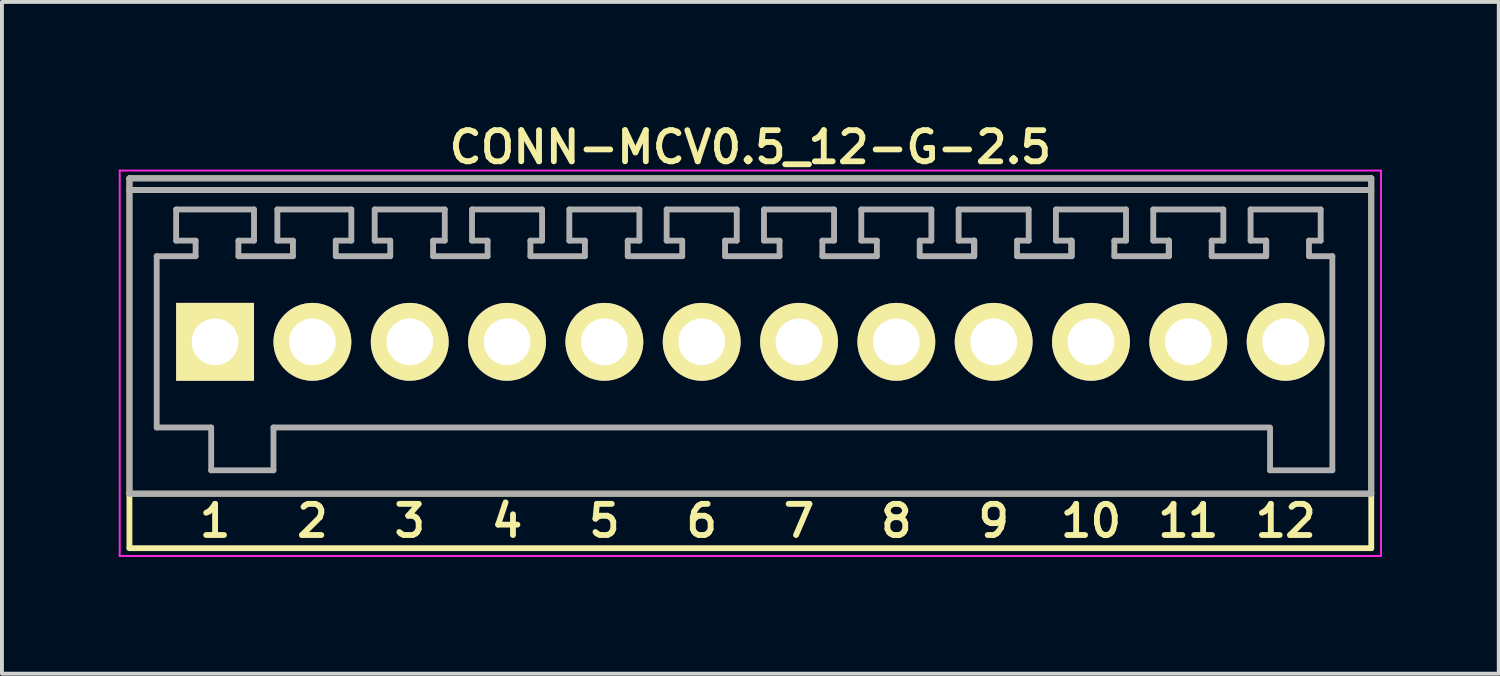
<source format=kicad_pcb>
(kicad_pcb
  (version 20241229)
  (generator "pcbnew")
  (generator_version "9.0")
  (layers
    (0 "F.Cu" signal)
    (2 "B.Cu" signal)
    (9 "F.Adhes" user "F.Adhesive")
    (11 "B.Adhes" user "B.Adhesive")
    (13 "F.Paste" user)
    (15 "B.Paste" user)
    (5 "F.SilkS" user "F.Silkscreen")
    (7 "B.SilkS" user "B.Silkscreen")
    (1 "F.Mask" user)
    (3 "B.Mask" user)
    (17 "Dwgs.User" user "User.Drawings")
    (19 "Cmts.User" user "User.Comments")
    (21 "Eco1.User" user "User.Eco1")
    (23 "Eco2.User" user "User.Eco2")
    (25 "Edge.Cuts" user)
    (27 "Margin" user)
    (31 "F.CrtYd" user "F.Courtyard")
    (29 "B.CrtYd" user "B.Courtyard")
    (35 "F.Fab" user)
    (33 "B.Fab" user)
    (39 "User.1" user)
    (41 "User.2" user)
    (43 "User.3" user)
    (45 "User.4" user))
  (footprint "CONN-MCV0.5_12-G-2.5"
    (layer "F.Cu")
    (at 16.225 5.731)
    (property "Reference" "CONN-MCV0.5_12-G-2.5" (at 0 -5 0) (layer "F.SilkS") (effects (font (size 0.8 0.8) (thickness 0.15))))
    (attr through_hole)
    (fp_line (start -15.95 -4.2) (end -15.95 3.9) (stroke (width 0.15) (type solid)) (layer "F.SilkS"))
    (fp_line (start -15.95 -3.9) (end 15.95 -3.9) (stroke (width 0.15) (type solid)) (layer "F.SilkS"))
    (fp_line (start -15.95 3.9) (end -15.95 5.3) (stroke (width 0.15) (type solid)) (layer "F.SilkS"))
    (fp_line (start -15.95 3.9) (end 15.95 3.9) (stroke (width 0.15) (type solid)) (layer "F.SilkS"))
    (fp_line (start -15.95 5.3) (end 15.95 5.3) (stroke (width 0.15) (type solid)) (layer "F.SilkS"))
    (fp_line (start 15.95 -4.2) (end -15.95 -4.2) (stroke (width 0.15) (type solid)) (layer "F.SilkS"))
    (fp_line (start 15.95 3.9) (end 15.95 -4.2) (stroke (width 0.15) (type solid)) (layer "F.SilkS"))
    (fp_line (start 15.95 5.3) (end 15.95 3.9) (stroke (width 0.15) (type solid)) (layer "F.SilkS"))
    (fp_line (start -16.2 -4.4) (end 16.2 -4.4) (stroke (width 0.05) (type solid)) (layer "F.CrtYd"))
    (fp_line (start -16.2 5.5) (end -16.2 -4.4) (stroke (width 0.05) (type solid)) (layer "F.CrtYd"))
    (fp_line (start 16.2 -4.4) (end 16.2 5.5) (stroke (width 0.05) (type solid)) (layer "F.CrtYd"))
    (fp_line (start 16.2 5.5) (end -16.2 5.5) (stroke (width 0.05) (type solid)) (layer "F.CrtYd"))
    (fp_line (start -15.95 -4.2) (end -15.95 3.9) (stroke (width 0.15) (type solid)) (layer "F.Fab"))
    (fp_line (start -15.95 -3.9) (end 15.95 -3.9) (stroke (width 0.15) (type solid)) (layer "F.Fab"))
    (fp_line (start -15.95 3.9) (end 15.95 3.9) (stroke (width 0.15) (type solid)) (layer "F.Fab"))
    (fp_line (start -15.25 -2.2) (end -14.25 -2.2) (stroke (width 0.15) (type solid)) (layer "F.Fab"))
    (fp_line (start -15.25 2.2) (end -15.25 -2.2) (stroke (width 0.15) (type solid)) (layer "F.Fab"))
    (fp_line (start -14.75 -3.4) (end -12.75 -3.4) (stroke (width 0.15) (type solid)) (layer "F.Fab"))
    (fp_line (start -14.75 -2.6) (end -14.75 -3.4) (stroke (width 0.15) (type solid)) (layer "F.Fab"))
    (fp_line (start -14.25 -2.6) (end -14.75 -2.6) (stroke (width 0.15) (type solid)) (layer "F.Fab"))
    (fp_line (start -14.25 -2.2) (end -14.25 -2.6) (stroke (width 0.15) (type solid)) (layer "F.Fab"))
    (fp_line (start -13.85 2.2) (end -15.25 2.2) (stroke (width 0.15) (type solid)) (layer "F.Fab"))
    (fp_line (start -13.85 3.3) (end -13.85 2.2) (stroke (width 0.15) (type solid)) (layer "F.Fab"))
    (fp_line (start -13.15 -2.6) (end -13.15 -2.2) (stroke (width 0.15) (type solid)) (layer "F.Fab"))
    (fp_line (start -13.15 -2.2) (end -11.75 -2.2) (stroke (width 0.15) (type solid)) (layer "F.Fab"))
    (fp_line (start -12.75 -3.4) (end -12.75 -2.6) (stroke (width 0.15) (type solid)) (layer "F.Fab"))
    (fp_line (start -12.75 -2.6) (end -13.15 -2.6) (stroke (width 0.15) (type solid)) (layer "F.Fab"))
    (fp_line (start -12.25 2.2) (end -12.25 3.3) (stroke (width 0.15) (type solid)) (layer "F.Fab"))
    (fp_line (start -12.25 2.2) (end 13.3 2.2) (stroke (width 0.15) (type solid)) (layer "F.Fab"))
    (fp_line (start -12.25 3.3) (end -13.85 3.3) (stroke (width 0.15) (type solid)) (layer "F.Fab"))
    (fp_line (start -12.15 -3.4) (end -10.25 -3.4) (stroke (width 0.15) (type solid)) (layer "F.Fab"))
    (fp_line (start -12.15 -2.6) (end -12.15 -3.4) (stroke (width 0.15) (type solid)) (layer "F.Fab"))
    (fp_line (start -11.75 -2.6) (end -12.15 -2.6) (stroke (width 0.15) (type solid)) (layer "F.Fab"))
    (fp_line (start -11.75 -2.2) (end -11.75 -2.6) (stroke (width 0.15) (type solid)) (layer "F.Fab"))
    (fp_line (start -10.65 -2.6) (end -10.65 -2.2) (stroke (width 0.15) (type solid)) (layer "F.Fab"))
    (fp_line (start -10.65 -2.2) (end -9.25 -2.2) (stroke (width 0.15) (type solid)) (layer "F.Fab"))
    (fp_line (start -10.25 -3.4) (end -10.25 -2.6) (stroke (width 0.15) (type solid)) (layer "F.Fab"))
    (fp_line (start -10.25 -2.6) (end -10.65 -2.6) (stroke (width 0.15) (type solid)) (layer "F.Fab"))
    (fp_line (start -9.65 -3.4) (end -7.85 -3.4) (stroke (width 0.15) (type solid)) (layer "F.Fab"))
    (fp_line (start -9.65 -2.6) (end -9.65 -3.4) (stroke (width 0.15) (type solid)) (layer "F.Fab"))
    (fp_line (start -9.25 -2.6) (end -9.65 -2.6) (stroke (width 0.15) (type solid)) (layer "F.Fab"))
    (fp_line (start -9.25 -2.2) (end -9.25 -2.6) (stroke (width 0.15) (type solid)) (layer "F.Fab"))
    (fp_line (start -8.15 -2.6) (end -7.85 -2.6) (stroke (width 0.15) (type solid)) (layer "F.Fab"))
    (fp_line (start -8.15 -2.2) (end -8.15 -2.6) (stroke (width 0.15) (type solid)) (layer "F.Fab"))
    (fp_line (start -8.15 -2.2) (end -6.75 -2.2) (stroke (width 0.15) (type solid)) (layer "F.Fab"))
    (fp_line (start -7.85 -2.6) (end -7.85 -3.4) (stroke (width 0.15) (type solid)) (layer "F.Fab"))
    (fp_line (start -7.15 -3.4) (end -5.35 -3.4) (stroke (width 0.15) (type solid)) (layer "F.Fab"))
    (fp_line (start -7.15 -2.6) (end -7.15 -3.4) (stroke (width 0.15) (type solid)) (layer "F.Fab"))
    (fp_line (start -6.75 -2.6) (end -7.15 -2.6) (stroke (width 0.15) (type solid)) (layer "F.Fab"))
    (fp_line (start -6.75 -2.2) (end -6.75 -2.6) (stroke (width 0.15) (type solid)) (layer "F.Fab"))
    (fp_line (start -5.65 -2.6) (end -5.35 -2.6) (stroke (width 0.15) (type solid)) (layer "F.Fab"))
    (fp_line (start -5.65 -2.2) (end -5.65 -2.6) (stroke (width 0.15) (type solid)) (layer "F.Fab"))
    (fp_line (start -5.65 -2.2) (end -4.25 -2.2) (stroke (width 0.15) (type solid)) (layer "F.Fab"))
    (fp_line (start -5.35 -2.6) (end -5.35 -3.4) (stroke (width 0.15) (type solid)) (layer "F.Fab"))
    (fp_line (start -4.65 -3.4) (end -2.85 -3.4) (stroke (width 0.15) (type solid)) (layer "F.Fab"))
    (fp_line (start -4.65 -2.6) (end -4.65 -3.4) (stroke (width 0.15) (type solid)) (layer "F.Fab"))
    (fp_line (start -4.25 -2.6) (end -4.65 -2.6) (stroke (width 0.15) (type solid)) (layer "F.Fab"))
    (fp_line (start -4.25 -2.2) (end -4.25 -2.6) (stroke (width 0.15) (type solid)) (layer "F.Fab"))
    (fp_line (start -3.15 -2.6) (end -2.85 -2.6) (stroke (width 0.15) (type solid)) (layer "F.Fab"))
    (fp_line (start -3.15 -2.2) (end -3.15 -2.6) (stroke (width 0.15) (type solid)) (layer "F.Fab"))
    (fp_line (start -3.15 -2.2) (end -1.75 -2.2) (stroke (width 0.15) (type solid)) (layer "F.Fab"))
    (fp_line (start -2.85 -2.6) (end -2.85 -3.4) (stroke (width 0.15) (type solid)) (layer "F.Fab"))
    (fp_line (start -2.15 -3.4) (end -0.35 -3.4) (stroke (width 0.15) (type solid)) (layer "F.Fab"))
    (fp_line (start -2.15 -2.6) (end -2.15 -3.4) (stroke (width 0.15) (type solid)) (layer "F.Fab"))
    (fp_line (start -1.75 -2.6) (end -2.15 -2.6) (stroke (width 0.15) (type solid)) (layer "F.Fab"))
    (fp_line (start -1.75 -2.2) (end -1.75 -2.6) (stroke (width 0.15) (type solid)) (layer "F.Fab"))
    (fp_line (start -0.65 -2.6) (end -0.35 -2.6) (stroke (width 0.15) (type solid)) (layer "F.Fab"))
    (fp_line (start -0.65 -2.2) (end -0.65 -2.6) (stroke (width 0.15) (type solid)) (layer "F.Fab"))
    (fp_line (start -0.65 -2.2) (end 0.75 -2.2) (stroke (width 0.15) (type solid)) (layer "F.Fab"))
    (fp_line (start -0.35 -2.6) (end -0.35 -3.4) (stroke (width 0.15) (type solid)) (layer "F.Fab"))
    (fp_line (start 0.35 -3.4) (end 2.15 -3.4) (stroke (width 0.15) (type solid)) (layer "F.Fab"))
    (fp_line (start 0.35 -2.6) (end 0.35 -3.4) (stroke (width 0.15) (type solid)) (layer "F.Fab"))
    (fp_line (start 0.75 -2.6) (end 0.35 -2.6) (stroke (width 0.15) (type solid)) (layer "F.Fab"))
    (fp_line (start 0.75 -2.2) (end 0.75 -2.6) (stroke (width 0.15) (type solid)) (layer "F.Fab"))
    (fp_line (start 1.85 -2.6) (end 2.15 -2.6) (stroke (width 0.15) (type solid)) (layer "F.Fab"))
    (fp_line (start 1.85 -2.2) (end 1.85 -2.6) (stroke (width 0.15) (type solid)) (layer "F.Fab"))
    (fp_line (start 1.85 -2.2) (end 3.25 -2.2) (stroke (width 0.15) (type solid)) (layer "F.Fab"))
    (fp_line (start 2.15 -2.6) (end 2.15 -3.4) (stroke (width 0.15) (type solid)) (layer "F.Fab"))
    (fp_line (start 2.85 -3.4) (end 4.65 -3.4) (stroke (width 0.15) (type solid)) (layer "F.Fab"))
    (fp_line (start 2.85 -2.6) (end 2.85 -3.4) (stroke (width 0.15) (type solid)) (layer "F.Fab"))
    (fp_line (start 3.25 -2.6) (end 2.85 -2.6) (stroke (width 0.15) (type solid)) (layer "F.Fab"))
    (fp_line (start 3.25 -2.2) (end 3.25 -2.6) (stroke (width 0.15) (type solid)) (layer "F.Fab"))
    (fp_line (start 4.35 -2.6) (end 4.65 -2.6) (stroke (width 0.15) (type solid)) (layer "F.Fab"))
    (fp_line (start 4.35 -2.2) (end 4.35 -2.6) (stroke (width 0.15) (type solid)) (layer "F.Fab"))
    (fp_line (start 4.35 -2.2) (end 5.75 -2.2) (stroke (width 0.15) (type solid)) (layer "F.Fab"))
    (fp_line (start 4.65 -2.6) (end 4.65 -3.4) (stroke (width 0.15) (type solid)) (layer "F.Fab"))
    (fp_line (start 5.35 -3.4) (end 7.15 -3.4) (stroke (width 0.15) (type solid)) (layer "F.Fab"))
    (fp_line (start 5.35 -2.6) (end 5.35 -3.4) (stroke (width 0.15) (type solid)) (layer "F.Fab"))
    (fp_line (start 5.75 -2.6) (end 5.35 -2.6) (stroke (width 0.15) (type solid)) (layer "F.Fab"))
    (fp_line (start 5.75 -2.2) (end 5.75 -2.6) (stroke (width 0.15) (type solid)) (layer "F.Fab"))
    (fp_line (start 5.75 -2.2) (end 5.75 -2.6) (stroke (width 0.15) (type solid)) (layer "F.Fab"))
    (fp_line (start 5.75 -2.2) (end 5.75 -2.6) (stroke (width 0.15) (type solid)) (layer "F.Fab"))
    (fp_line (start 6.85 -2.6) (end 7.15 -2.6) (stroke (width 0.15) (type solid)) (layer "F.Fab"))
    (fp_line (start 6.85 -2.2) (end 6.85 -2.6) (stroke (width 0.15) (type solid)) (layer "F.Fab"))
    (fp_line (start 6.85 -2.2) (end 8.25 -2.2) (stroke (width 0.15) (type solid)) (layer "F.Fab"))
    (fp_line (start 7.15 -2.6) (end 7.15 -3.4) (stroke (width 0.15) (type solid)) (layer "F.Fab"))
    (fp_line (start 7.85 -3.4) (end 9.65 -3.4) (stroke (width 0.15) (type solid)) (layer "F.Fab"))
    (fp_line (start 7.85 -2.6) (end 7.85 -3.4) (stroke (width 0.15) (type solid)) (layer "F.Fab"))
    (fp_line (start 8.25 -2.6) (end 7.85 -2.6) (stroke (width 0.15) (type solid)) (layer "F.Fab"))
    (fp_line (start 8.25 -2.2) (end 8.25 -2.6) (stroke (width 0.15) (type solid)) (layer "F.Fab"))
    (fp_line (start 8.25 -2.2) (end 8.25 -2.6) (stroke (width 0.15) (type solid)) (layer "F.Fab"))
    (fp_line (start 8.25 -2.2) (end 8.25 -2.6) (stroke (width 0.15) (type solid)) (layer "F.Fab"))
    (fp_line (start 9.35 -2.6) (end 9.65 -2.6) (stroke (width 0.15) (type solid)) (layer "F.Fab"))
    (fp_line (start 9.35 -2.2) (end 9.35 -2.6) (stroke (width 0.15) (type solid)) (layer "F.Fab"))
    (fp_line (start 9.35 -2.2) (end 10.75 -2.2) (stroke (width 0.15) (type solid)) (layer "F.Fab"))
    (fp_line (start 9.65 -2.6) (end 9.65 -3.4) (stroke (width 0.15) (type solid)) (layer "F.Fab"))
    (fp_line (start 10.35 -3.4) (end 12.15 -3.4) (stroke (width 0.15) (type solid)) (layer "F.Fab"))
    (fp_line (start 10.35 -2.6) (end 10.35 -3.4) (stroke (width 0.15) (type solid)) (layer "F.Fab"))
    (fp_line (start 10.75 -2.6) (end 10.35 -2.6) (stroke (width 0.15) (type solid)) (layer "F.Fab"))
    (fp_line (start 10.75 -2.2) (end 10.75 -2.6) (stroke (width 0.15) (type solid)) (layer "F.Fab"))
    (fp_line (start 10.75 -2.2) (end 10.75 -2.6) (stroke (width 0.15) (type solid)) (layer "F.Fab"))
    (fp_line (start 10.75 -2.2) (end 10.75 -2.6) (stroke (width 0.15) (type solid)) (layer "F.Fab"))
    (fp_line (start 11.85 -2.6) (end 12.15 -2.6) (stroke (width 0.15) (type solid)) (layer "F.Fab"))
    (fp_line (start 11.85 -2.2) (end 11.85 -2.6) (stroke (width 0.15) (type solid)) (layer "F.Fab"))
    (fp_line (start 11.85 -2.2) (end 13.25 -2.2) (stroke (width 0.15) (type solid)) (layer "F.Fab"))
    (fp_line (start 12.15 -2.6) (end 12.15 -3.4) (stroke (width 0.15) (type solid)) (layer "F.Fab"))
    (fp_line (start 12.85 -3.4) (end 14.65 -3.4) (stroke (width 0.15) (type solid)) (layer "F.Fab"))
    (fp_line (start 12.85 -2.6) (end 12.85 -3.4) (stroke (width 0.15) (type solid)) (layer "F.Fab"))
    (fp_line (start 13.25 -2.6) (end 12.85 -2.6) (stroke (width 0.15) (type solid)) (layer "F.Fab"))
    (fp_line (start 13.25 -2.2) (end 13.25 -2.6) (stroke (width 0.15) (type solid)) (layer "F.Fab"))
    (fp_line (start 13.25 -2.2) (end 13.25 -2.6) (stroke (width 0.15) (type solid)) (layer "F.Fab"))
    (fp_line (start 13.25 -2.2) (end 13.25 -2.6) (stroke (width 0.15) (type solid)) (layer "F.Fab"))
    (fp_line (start 13.35 3.3) (end 13.35 2.2) (stroke (width 0.15) (type solid)) (layer "F.Fab"))
    (fp_line (start 14.35 -2.6) (end 14.65 -2.6) (stroke (width 0.15) (type solid)) (layer "F.Fab"))
    (fp_line (start 14.35 -2.2) (end 14.35 -2.6) (stroke (width 0.15) (type solid)) (layer "F.Fab"))
    (fp_line (start 14.65 -2.6) (end 14.65 -3.4) (stroke (width 0.15) (type solid)) (layer "F.Fab"))
    (fp_line (start 14.95 -2.2) (end 14.35 -2.2) (stroke (width 0.15) (type solid)) (layer "F.Fab"))
    (fp_line (start 14.95 -2.2) (end 14.95 3.3) (stroke (width 0.15) (type solid)) (layer "F.Fab"))
    (fp_line (start 14.95 3.3) (end 13.35 3.3) (stroke (width 0.15) (type solid)) (layer "F.Fab"))
    (fp_line (start 15.95 -4.2) (end -15.95 -4.2) (stroke (width 0.15) (type solid)) (layer "F.Fab"))
    (fp_line (start 15.95 3.9) (end 15.95 -4.2) (stroke (width 0.15) (type solid)) (layer "F.Fab"))
    (fp_text user "11" (at 11.25 4.6 0) (layer "F.SilkS") (effects (font (size 0.8 0.8) (thickness 0.15))))
    (fp_text user "4" (at -6.25 4.6 0) (layer "F.SilkS") (effects (font (size 0.8 0.8) (thickness 0.15))))
    (fp_text user "2" (at -11.25 4.6 0) (layer "F.SilkS") (effects (font (size 0.8 0.8) (thickness 0.15))))
    (fp_text user "9" (at 6.25 4.6 0) (layer "F.SilkS") (effects (font (size 0.8 0.8) (thickness 0.15))))
    (fp_text user "10" (at 8.75 4.6 0) (layer "F.SilkS") (effects (font (size 0.8 0.8) (thickness 0.15))))
    (fp_text user "7" (at 1.25 4.6 0) (layer "F.SilkS") (effects (font (size 0.8 0.8) (thickness 0.15))))
    (fp_text user "8" (at 3.75 4.6 0) (layer "F.SilkS") (effects (font (size 0.8 0.8) (thickness 0.15))))
    (fp_text user "5" (at -3.75 4.6 0) (layer "F.SilkS") (effects (font (size 0.8 0.8) (thickness 0.15))))
    (fp_text user "6" (at -1.25 4.6 0) (layer "F.SilkS") (effects (font (size 0.8 0.8) (thickness 0.15))))
    (fp_text user "3" (at -8.75 4.6 0) (layer "F.SilkS") (effects (font (size 0.8 0.8) (thickness 0.15))))
    (fp_text user "12" (at 13.75 4.6 0) (layer "F.SilkS") (effects (font (size 0.8 0.8) (thickness 0.15))))
    (fp_text user "1" (at -13.75 4.6 0) (layer "F.SilkS") (effects (font (size 0.8 0.8) (thickness 0.15))))
    (pad "1" thru_hole rect (at -13.75 0) (size 2 2) (drill 1.2) (layers "*.Cu" "*.Mask" "F.SilkS"))
    (pad "2" thru_hole circle (at -11.25 0) (size 2 2) (drill 1.2) (layers "*.Cu" "*.Mask" "F.SilkS"))
    (pad "3" thru_hole circle (at -8.75 0) (size 2 2) (drill 1.2) (layers "*.Cu" "*.Mask" "F.SilkS"))
    (pad "4" thru_hole circle (at -6.25 0) (size 2 2) (drill 1.2) (layers "*.Cu" "*.Mask" "F.SilkS"))
    (pad "5" thru_hole circle (at -3.75 0) (size 2 2) (drill 1.2) (layers "*.Cu" "*.Mask" "F.SilkS"))
    (pad "6" thru_hole circle (at -1.25 0) (size 2 2) (drill 1.2) (layers "*.Cu" "*.Mask" "F.SilkS"))
    (pad "7" thru_hole circle (at 1.25 0) (size 2 2) (drill 1.2) (layers "*.Cu" "*.Mask" "F.SilkS"))
    (pad "8" thru_hole circle (at 3.75 0) (size 2 2) (drill 1.2) (layers "*.Cu" "*.Mask" "F.SilkS"))
    (pad "9" thru_hole circle (at 6.25 0) (size 2 2) (drill 1.2) (layers "*.Cu" "*.Mask" "F.SilkS"))
    (pad "10" thru_hole circle (at 8.75 0) (size 2 2) (drill 1.2) (layers "*.Cu" "*.Mask" "F.SilkS"))
    (pad "11" thru_hole circle (at 11.25 0) (size 2 2) (drill 1.2) (layers "*.Cu" "*.Mask" "F.SilkS"))
    (pad "12" thru_hole circle (at 13.75 0) (size 2 2) (drill 1.2) (layers "*.Cu" "*.Mask" "F.SilkS")))
  (gr_rect
    (start -3 -3)
    (end 35.45 14.256)
    (stroke (width 0.1) (type default))
    (fill no)
    (layer "Edge.Cuts")))
</source>
